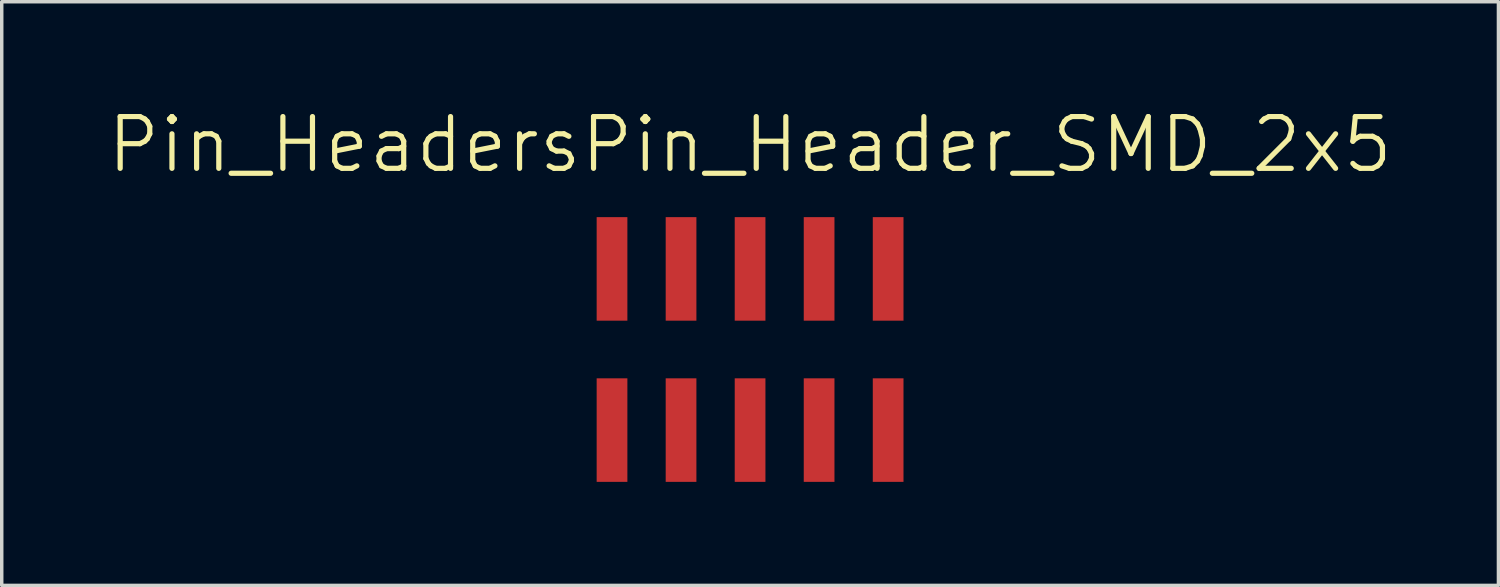
<source format=kicad_pcb>
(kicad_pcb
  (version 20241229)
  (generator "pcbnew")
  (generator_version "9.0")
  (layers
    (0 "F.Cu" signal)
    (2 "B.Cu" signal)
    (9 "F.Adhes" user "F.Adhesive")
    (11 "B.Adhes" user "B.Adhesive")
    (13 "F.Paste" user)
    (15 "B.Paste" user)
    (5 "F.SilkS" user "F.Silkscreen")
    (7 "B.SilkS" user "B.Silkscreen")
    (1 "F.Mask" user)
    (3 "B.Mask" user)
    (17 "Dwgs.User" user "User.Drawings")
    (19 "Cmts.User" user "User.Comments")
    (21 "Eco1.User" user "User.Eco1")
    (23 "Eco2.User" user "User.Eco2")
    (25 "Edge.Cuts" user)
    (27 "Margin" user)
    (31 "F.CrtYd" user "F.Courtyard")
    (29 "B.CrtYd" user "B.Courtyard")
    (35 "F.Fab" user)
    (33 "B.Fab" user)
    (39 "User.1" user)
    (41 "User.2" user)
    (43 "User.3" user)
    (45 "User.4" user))
  (footprint "Pin_HeadersPin_Header_SMD_2x5"
    (layer "F.Cu")
    (at 18.682 7.141)
    (property "Reference" "Pin_HeadersPin_Header_SMD_2x5" (at 0 -6 0) (layer "F.SilkS") (effects (font (size 1.5 1.5) (thickness 0.15))))
    (attr through_hole)
    (pad "1" smd rect (at -4 2.27) (size 0.89 3) (layers "F.Cu" "F.Mask" "F.Paste"))
    (pad "2" smd rect (at -4 -2.4) (size 0.89 3) (layers "F.Cu" "F.Mask" "F.Paste"))
    (pad "3" smd rect (at -2 2.27) (size 0.89 3) (layers "F.Cu" "F.Mask" "F.Paste"))
    (pad "4" smd rect (at -2 -2.4) (size 0.89 3) (layers "F.Cu" "F.Mask" "F.Paste"))
    (pad "5" smd rect (at 0 2.27) (size 0.89 3) (layers "F.Cu" "F.Mask" "F.Paste"))
    (pad "6" smd rect (at 0 -2.4) (size 0.89 3) (layers "F.Cu" "F.Mask" "F.Paste"))
    (pad "7" smd rect (at 2 2.27) (size 0.89 3) (layers "F.Cu" "F.Mask" "F.Paste"))
    (pad "8" smd rect (at 2 -2.4) (size 0.89 3) (layers "F.Cu" "F.Mask" "F.Paste"))
    (pad "9" smd rect (at 4 2.27) (size 0.89 3) (layers "F.Cu" "F.Mask" "F.Paste"))
    (pad "10" smd rect (at 4 -2.4) (size 0.89 3) (layers "F.Cu" "F.Mask" "F.Paste")))
  (gr_rect
    (start -3 -3)
    (end 40.364 13.911)
    (stroke (width 0.1) (type default))
    (fill no)
    (layer "Edge.Cuts")))
</source>
